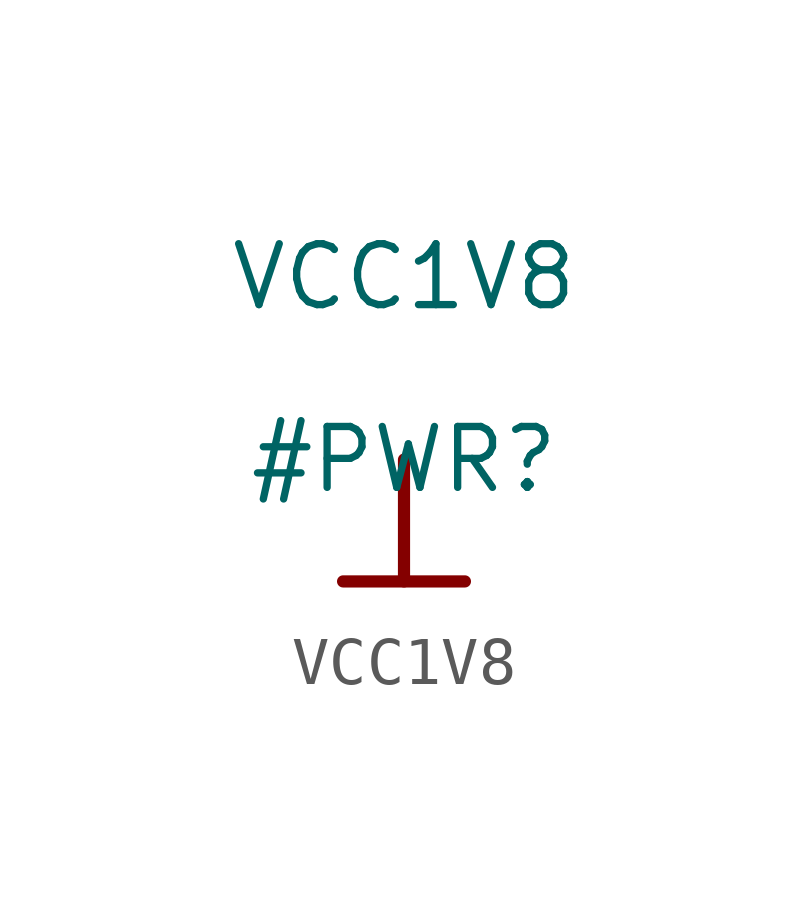
<source format=kicad_sym>
(kicad_symbol_lib
  (version 20211014)
  (generator kicad_symbol_editor)
  (symbol "VCC1V8"
    (power)
    (property "Reference" "#PWR"
      (at 0 0 0)
      (effects (font (size 1.27 1.27))))
    (property "Value" "VCC1V8"
      (at 0 3.81 0)
      (effects (font (size 1.27 1.27))))
    (symbol "VCC1V8_0_0"
      (polyline (pts (xy -1.27 -2.54) (xy 1.27 -2.54)) (stroke (width 0.254) (type default) (color 0 0 0 0)) (fill (type none)))
      (polyline (pts (xy 0 0) (xy 0 -2.54)) (stroke (width 0.254) (type default) (color 0 0 0 0)) (fill (type none)))
      (pin power_in line (at 0 0 0) (length 0) hide (name "VCC1V8" (effects (font (size 1.27 1.27)))) (number "" (effects (font (size 1.27 1.27))))))))
</source>
